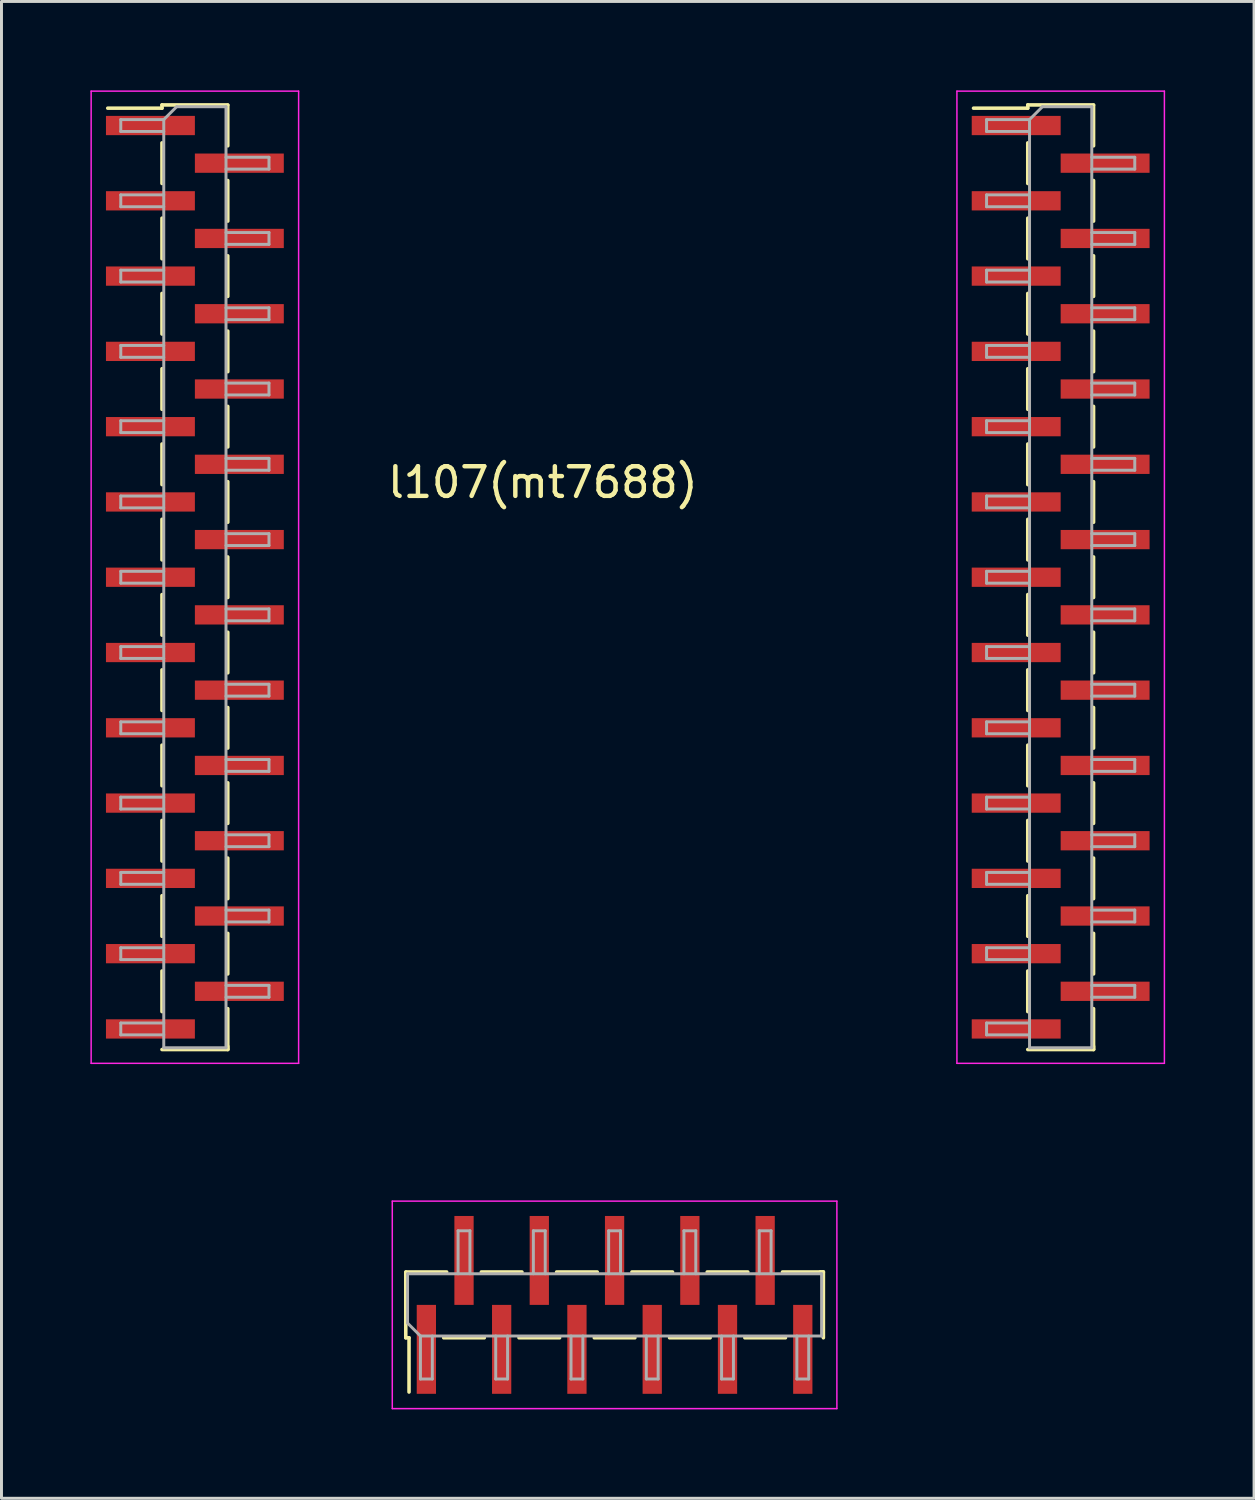
<source format=kicad_pcb>
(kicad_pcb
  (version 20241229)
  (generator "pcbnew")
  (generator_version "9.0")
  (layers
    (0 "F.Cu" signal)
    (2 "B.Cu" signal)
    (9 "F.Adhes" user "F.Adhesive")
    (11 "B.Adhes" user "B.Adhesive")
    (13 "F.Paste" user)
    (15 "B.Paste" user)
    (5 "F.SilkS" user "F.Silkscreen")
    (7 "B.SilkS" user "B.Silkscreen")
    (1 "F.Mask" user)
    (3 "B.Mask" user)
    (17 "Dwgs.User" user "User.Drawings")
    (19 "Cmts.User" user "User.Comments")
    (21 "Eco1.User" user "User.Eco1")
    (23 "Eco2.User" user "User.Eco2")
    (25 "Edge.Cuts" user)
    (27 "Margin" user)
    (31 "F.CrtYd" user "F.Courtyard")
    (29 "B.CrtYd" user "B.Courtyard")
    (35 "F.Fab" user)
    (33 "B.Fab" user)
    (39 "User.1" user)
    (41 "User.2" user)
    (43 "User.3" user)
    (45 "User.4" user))
  (footprint "l107(mt7688)"
    (layer "F.Cu")
    (at 15.265 12.725)
    (property "Reference" "l107(mt7688)" (at 0 0.5 0) (layer "F.SilkS") (effects (font (size 1 1) (thickness 0.15))))
    (attr through_hole)
    (fp_line (start -12.85 -12.235) (end -12.85 -12.125) (stroke (width 0.12) (type solid)) (layer "F.SilkS"))
    (fp_line (start -12.85 -12.235) (end -10.63 -12.235) (stroke (width 0.12) (type solid)) (layer "F.SilkS"))
    (fp_line (start -12.85 -12.125) (end -14.68 -12.125) (stroke (width 0.12) (type solid)) (layer "F.SilkS"))
    (fp_line (start -12.85 -10.955) (end -12.85 -9.585) (stroke (width 0.12) (type solid)) (layer "F.SilkS"))
    (fp_line (start -12.85 -8.415) (end -12.85 -7.045) (stroke (width 0.12) (type solid)) (layer "F.SilkS"))
    (fp_line (start -12.85 -5.875) (end -12.85 -4.505) (stroke (width 0.12) (type solid)) (layer "F.SilkS"))
    (fp_line (start -12.85 -3.335) (end -12.85 -1.965) (stroke (width 0.12) (type solid)) (layer "F.SilkS"))
    (fp_line (start -12.85 -0.795) (end -12.85 0.575) (stroke (width 0.12) (type solid)) (layer "F.SilkS"))
    (fp_line (start -12.85 1.745) (end -12.85 3.115) (stroke (width 0.12) (type solid)) (layer "F.SilkS"))
    (fp_line (start -12.85 4.285) (end -12.85 5.655) (stroke (width 0.12) (type solid)) (layer "F.SilkS"))
    (fp_line (start -12.85 6.825) (end -12.85 8.195) (stroke (width 0.12) (type solid)) (layer "F.SilkS"))
    (fp_line (start -12.85 9.365) (end -12.85 10.735) (stroke (width 0.12) (type solid)) (layer "F.SilkS"))
    (fp_line (start -12.85 11.905) (end -12.85 13.275) (stroke (width 0.12) (type solid)) (layer "F.SilkS"))
    (fp_line (start -12.85 14.445) (end -12.85 15.815) (stroke (width 0.12) (type solid)) (layer "F.SilkS"))
    (fp_line (start -12.85 16.985) (end -12.85 18.355) (stroke (width 0.12) (type solid)) (layer "F.SilkS"))
    (fp_line (start -12.85 19.635) (end -10.63 19.635) (stroke (width 0.12) (type solid)) (layer "F.SilkS"))
    (fp_line (start -10.63 -12.225) (end -10.63 -10.855) (stroke (width 0.12) (type solid)) (layer "F.SilkS"))
    (fp_line (start -10.63 -9.685) (end -10.63 -8.315) (stroke (width 0.12) (type solid)) (layer "F.SilkS"))
    (fp_line (start -10.63 -7.145) (end -10.63 -5.775) (stroke (width 0.12) (type solid)) (layer "F.SilkS"))
    (fp_line (start -10.63 -4.605) (end -10.63 -3.235) (stroke (width 0.12) (type solid)) (layer "F.SilkS"))
    (fp_line (start -10.63 -2.065) (end -10.63 -0.695) (stroke (width 0.12) (type solid)) (layer "F.SilkS"))
    (fp_line (start -10.63 0.475) (end -10.63 1.845) (stroke (width 0.12) (type solid)) (layer "F.SilkS"))
    (fp_line (start -10.63 3.015) (end -10.63 4.385) (stroke (width 0.12) (type solid)) (layer "F.SilkS"))
    (fp_line (start -10.63 5.555) (end -10.63 6.925) (stroke (width 0.12) (type solid)) (layer "F.SilkS"))
    (fp_line (start -10.63 8.095) (end -10.63 9.465) (stroke (width 0.12) (type solid)) (layer "F.SilkS"))
    (fp_line (start -10.63 10.635) (end -10.63 12.005) (stroke (width 0.12) (type solid)) (layer "F.SilkS"))
    (fp_line (start -10.63 13.175) (end -10.63 14.545) (stroke (width 0.12) (type solid)) (layer "F.SilkS"))
    (fp_line (start -10.63 15.715) (end -10.63 17.085) (stroke (width 0.12) (type solid)) (layer "F.SilkS"))
    (fp_line (start -10.63 18.255) (end -10.63 19.625) (stroke (width 0.12) (type solid)) (layer "F.SilkS"))
    (fp_line (start -10.63 19.525) (end -10.63 19.635) (stroke (width 0.12) (type solid)) (layer "F.SilkS"))
    (fp_line (start -4.625 29.36) (end -4.625 27.14) (stroke (width 0.12) (type solid)) (layer "F.SilkS"))
    (fp_line (start -4.625 29.36) (end -4.515 29.36) (stroke (width 0.12) (type solid)) (layer "F.SilkS"))
    (fp_line (start -4.615 27.14) (end -3.245 27.14) (stroke (width 0.12) (type solid)) (layer "F.SilkS"))
    (fp_line (start -4.515 29.36) (end -4.515 31.19) (stroke (width 0.12) (type solid)) (layer "F.SilkS"))
    (fp_line (start -3.345 29.36) (end -1.975 29.36) (stroke (width 0.12) (type solid)) (layer "F.SilkS"))
    (fp_line (start -2.075 27.14) (end -0.705 27.14) (stroke (width 0.12) (type solid)) (layer "F.SilkS"))
    (fp_line (start -0.805 29.36) (end 0.565 29.36) (stroke (width 0.12) (type solid)) (layer "F.SilkS"))
    (fp_line (start 0.465 27.14) (end 1.835 27.14) (stroke (width 0.12) (type solid)) (layer "F.SilkS"))
    (fp_line (start 1.735 29.36) (end 3.105 29.36) (stroke (width 0.12) (type solid)) (layer "F.SilkS"))
    (fp_line (start 3.005 27.14) (end 4.375 27.14) (stroke (width 0.12) (type solid)) (layer "F.SilkS"))
    (fp_line (start 4.275 29.36) (end 5.645 29.36) (stroke (width 0.12) (type solid)) (layer "F.SilkS"))
    (fp_line (start 5.545 27.14) (end 6.915 27.14) (stroke (width 0.12) (type solid)) (layer "F.SilkS"))
    (fp_line (start 6.815 29.36) (end 8.185 29.36) (stroke (width 0.12) (type solid)) (layer "F.SilkS"))
    (fp_line (start 8.085 27.14) (end 9.455 27.14) (stroke (width 0.12) (type solid)) (layer "F.SilkS"))
    (fp_line (start 9.355 27.14) (end 9.465 27.14) (stroke (width 0.12) (type solid)) (layer "F.SilkS"))
    (fp_line (start 9.465 29.36) (end 9.465 27.14) (stroke (width 0.12) (type solid)) (layer "F.SilkS"))
    (fp_line (start 16.36 -12.235) (end 16.36 -12.125) (stroke (width 0.12) (type solid)) (layer "F.SilkS"))
    (fp_line (start 16.36 -12.235) (end 18.58 -12.235) (stroke (width 0.12) (type solid)) (layer "F.SilkS"))
    (fp_line (start 16.36 -12.125) (end 14.53 -12.125) (stroke (width 0.12) (type solid)) (layer "F.SilkS"))
    (fp_line (start 16.36 -10.955) (end 16.36 -9.585) (stroke (width 0.12) (type solid)) (layer "F.SilkS"))
    (fp_line (start 16.36 -8.415) (end 16.36 -7.045) (stroke (width 0.12) (type solid)) (layer "F.SilkS"))
    (fp_line (start 16.36 -5.875) (end 16.36 -4.505) (stroke (width 0.12) (type solid)) (layer "F.SilkS"))
    (fp_line (start 16.36 -3.335) (end 16.36 -1.965) (stroke (width 0.12) (type solid)) (layer "F.SilkS"))
    (fp_line (start 16.36 -0.795) (end 16.36 0.575) (stroke (width 0.12) (type solid)) (layer "F.SilkS"))
    (fp_line (start 16.36 1.745) (end 16.36 3.115) (stroke (width 0.12) (type solid)) (layer "F.SilkS"))
    (fp_line (start 16.36 4.285) (end 16.36 5.655) (stroke (width 0.12) (type solid)) (layer "F.SilkS"))
    (fp_line (start 16.36 6.825) (end 16.36 8.195) (stroke (width 0.12) (type solid)) (layer "F.SilkS"))
    (fp_line (start 16.36 9.365) (end 16.36 10.735) (stroke (width 0.12) (type solid)) (layer "F.SilkS"))
    (fp_line (start 16.36 11.905) (end 16.36 13.275) (stroke (width 0.12) (type solid)) (layer "F.SilkS"))
    (fp_line (start 16.36 14.445) (end 16.36 15.815) (stroke (width 0.12) (type solid)) (layer "F.SilkS"))
    (fp_line (start 16.36 16.985) (end 16.36 18.355) (stroke (width 0.12) (type solid)) (layer "F.SilkS"))
    (fp_line (start 16.36 19.635) (end 18.58 19.635) (stroke (width 0.12) (type solid)) (layer "F.SilkS"))
    (fp_line (start 18.58 -12.225) (end 18.58 -10.855) (stroke (width 0.12) (type solid)) (layer "F.SilkS"))
    (fp_line (start 18.58 -9.685) (end 18.58 -8.315) (stroke (width 0.12) (type solid)) (layer "F.SilkS"))
    (fp_line (start 18.58 -7.145) (end 18.58 -5.775) (stroke (width 0.12) (type solid)) (layer "F.SilkS"))
    (fp_line (start 18.58 -4.605) (end 18.58 -3.235) (stroke (width 0.12) (type solid)) (layer "F.SilkS"))
    (fp_line (start 18.58 -2.065) (end 18.58 -0.695) (stroke (width 0.12) (type solid)) (layer "F.SilkS"))
    (fp_line (start 18.58 0.475) (end 18.58 1.845) (stroke (width 0.12) (type solid)) (layer "F.SilkS"))
    (fp_line (start 18.58 3.015) (end 18.58 4.385) (stroke (width 0.12) (type solid)) (layer "F.SilkS"))
    (fp_line (start 18.58 5.555) (end 18.58 6.925) (stroke (width 0.12) (type solid)) (layer "F.SilkS"))
    (fp_line (start 18.58 8.095) (end 18.58 9.465) (stroke (width 0.12) (type solid)) (layer "F.SilkS"))
    (fp_line (start 18.58 10.635) (end 18.58 12.005) (stroke (width 0.12) (type solid)) (layer "F.SilkS"))
    (fp_line (start 18.58 13.175) (end 18.58 14.545) (stroke (width 0.12) (type solid)) (layer "F.SilkS"))
    (fp_line (start 18.58 15.715) (end 18.58 17.085) (stroke (width 0.12) (type solid)) (layer "F.SilkS"))
    (fp_line (start 18.58 18.255) (end 18.58 19.625) (stroke (width 0.12) (type solid)) (layer "F.SilkS"))
    (fp_line (start 18.58 19.525) (end 18.58 19.635) (stroke (width 0.12) (type solid)) (layer "F.SilkS"))
    (fp_line (start -15.24 -12.7) (end -15.24 20.1) (stroke (width 0.05) (type solid)) (layer "F.CrtYd"))
    (fp_line (start -15.24 20.1) (end -8.24 20.1) (stroke (width 0.05) (type solid)) (layer "F.CrtYd"))
    (fp_line (start -8.24 -12.7) (end -15.24 -12.7) (stroke (width 0.05) (type solid)) (layer "F.CrtYd"))
    (fp_line (start -8.24 20.1) (end -8.24 -12.7) (stroke (width 0.05) (type solid)) (layer "F.CrtYd"))
    (fp_line (start -5.08 24.75) (end -5.08 31.75) (stroke (width 0.05) (type solid)) (layer "F.CrtYd"))
    (fp_line (start -5.08 31.75) (end 9.92 31.75) (stroke (width 0.05) (type solid)) (layer "F.CrtYd"))
    (fp_line (start 9.92 24.75) (end -5.08 24.75) (stroke (width 0.05) (type solid)) (layer "F.CrtYd"))
    (fp_line (start 9.92 31.75) (end 9.92 24.75) (stroke (width 0.05) (type solid)) (layer "F.CrtYd"))
    (fp_line (start 13.97 -12.7) (end 13.97 20.1) (stroke (width 0.05) (type solid)) (layer "F.CrtYd"))
    (fp_line (start 13.97 20.1) (end 20.97 20.1) (stroke (width 0.05) (type solid)) (layer "F.CrtYd"))
    (fp_line (start 20.97 -12.7) (end 13.97 -12.7) (stroke (width 0.05) (type solid)) (layer "F.CrtYd"))
    (fp_line (start 20.97 20.1) (end 20.97 -12.7) (stroke (width 0.05) (type solid)) (layer "F.CrtYd"))
    (fp_line (start -14.24 -11.74) (end -14.24 -11.34) (stroke (width 0.1) (type solid)) (layer "F.Fab"))
    (fp_line (start -14.24 -11.34) (end -12.79 -11.34) (stroke (width 0.1) (type solid)) (layer "F.Fab"))
    (fp_line (start -14.24 -9.2) (end -14.24 -8.8) (stroke (width 0.1) (type solid)) (layer "F.Fab"))
    (fp_line (start -14.24 -8.8) (end -12.79 -8.8) (stroke (width 0.1) (type solid)) (layer "F.Fab"))
    (fp_line (start -14.24 -6.66) (end -14.24 -6.26) (stroke (width 0.1) (type solid)) (layer "F.Fab"))
    (fp_line (start -14.24 -6.26) (end -12.79 -6.26) (stroke (width 0.1) (type solid)) (layer "F.Fab"))
    (fp_line (start -14.24 -4.12) (end -14.24 -3.72) (stroke (width 0.1) (type solid)) (layer "F.Fab"))
    (fp_line (start -14.24 -3.72) (end -12.79 -3.72) (stroke (width 0.1) (type solid)) (layer "F.Fab"))
    (fp_line (start -14.24 -1.58) (end -14.24 -1.18) (stroke (width 0.1) (type solid)) (layer "F.Fab"))
    (fp_line (start -14.24 -1.18) (end -12.79 -1.18) (stroke (width 0.1) (type solid)) (layer "F.Fab"))
    (fp_line (start -14.24 0.96) (end -14.24 1.36) (stroke (width 0.1) (type solid)) (layer "F.Fab"))
    (fp_line (start -14.24 1.36) (end -12.79 1.36) (stroke (width 0.1) (type solid)) (layer "F.Fab"))
    (fp_line (start -14.24 3.5) (end -14.24 3.9) (stroke (width 0.1) (type solid)) (layer "F.Fab"))
    (fp_line (start -14.24 3.9) (end -12.79 3.9) (stroke (width 0.1) (type solid)) (layer "F.Fab"))
    (fp_line (start -14.24 6.04) (end -14.24 6.44) (stroke (width 0.1) (type solid)) (layer "F.Fab"))
    (fp_line (start -14.24 6.44) (end -12.79 6.44) (stroke (width 0.1) (type solid)) (layer "F.Fab"))
    (fp_line (start -14.24 8.58) (end -14.24 8.98) (stroke (width 0.1) (type solid)) (layer "F.Fab"))
    (fp_line (start -14.24 8.98) (end -12.79 8.98) (stroke (width 0.1) (type solid)) (layer "F.Fab"))
    (fp_line (start -14.24 11.12) (end -14.24 11.52) (stroke (width 0.1) (type solid)) (layer "F.Fab"))
    (fp_line (start -14.24 11.52) (end -12.79 11.52) (stroke (width 0.1) (type solid)) (layer "F.Fab"))
    (fp_line (start -14.24 13.66) (end -14.24 14.06) (stroke (width 0.1) (type solid)) (layer "F.Fab"))
    (fp_line (start -14.24 14.06) (end -12.79 14.06) (stroke (width 0.1) (type solid)) (layer "F.Fab"))
    (fp_line (start -14.24 16.2) (end -14.24 16.6) (stroke (width 0.1) (type solid)) (layer "F.Fab"))
    (fp_line (start -14.24 16.6) (end -12.79 16.6) (stroke (width 0.1) (type solid)) (layer "F.Fab"))
    (fp_line (start -14.24 18.74) (end -14.24 19.14) (stroke (width 0.1) (type solid)) (layer "F.Fab"))
    (fp_line (start -14.24 19.14) (end -12.79 19.14) (stroke (width 0.1) (type solid)) (layer "F.Fab"))
    (fp_line (start -12.79 -11.74) (end -14.24 -11.74) (stroke (width 0.1) (type solid)) (layer "F.Fab"))
    (fp_line (start -12.79 -11.74) (end -12.355 -12.175) (stroke (width 0.1) (type solid)) (layer "F.Fab"))
    (fp_line (start -12.79 -9.2) (end -14.24 -9.2) (stroke (width 0.1) (type solid)) (layer "F.Fab"))
    (fp_line (start -12.79 -6.66) (end -14.24 -6.66) (stroke (width 0.1) (type solid)) (layer "F.Fab"))
    (fp_line (start -12.79 -4.12) (end -14.24 -4.12) (stroke (width 0.1) (type solid)) (layer "F.Fab"))
    (fp_line (start -12.79 -1.58) (end -14.24 -1.58) (stroke (width 0.1) (type solid)) (layer "F.Fab"))
    (fp_line (start -12.79 0.96) (end -14.24 0.96) (stroke (width 0.1) (type solid)) (layer "F.Fab"))
    (fp_line (start -12.79 3.5) (end -14.24 3.5) (stroke (width 0.1) (type solid)) (layer "F.Fab"))
    (fp_line (start -12.79 6.04) (end -14.24 6.04) (stroke (width 0.1) (type solid)) (layer "F.Fab"))
    (fp_line (start -12.79 8.58) (end -14.24 8.58) (stroke (width 0.1) (type solid)) (layer "F.Fab"))
    (fp_line (start -12.79 11.12) (end -14.24 11.12) (stroke (width 0.1) (type solid)) (layer "F.Fab"))
    (fp_line (start -12.79 13.66) (end -14.24 13.66) (stroke (width 0.1) (type solid)) (layer "F.Fab"))
    (fp_line (start -12.79 16.2) (end -14.24 16.2) (stroke (width 0.1) (type solid)) (layer "F.Fab"))
    (fp_line (start -12.79 18.74) (end -14.24 18.74) (stroke (width 0.1) (type solid)) (layer "F.Fab"))
    (fp_line (start -12.79 19.575) (end -12.79 -11.74) (stroke (width 0.1) (type solid)) (layer "F.Fab"))
    (fp_line (start -12.355 -12.175) (end -10.69 -12.175) (stroke (width 0.1) (type solid)) (layer "F.Fab"))
    (fp_line (start -10.69 -12.175) (end -10.69 19.575) (stroke (width 0.1) (type solid)) (layer "F.Fab"))
    (fp_line (start -10.69 -10.47) (end -9.24 -10.47) (stroke (width 0.1) (type solid)) (layer "F.Fab"))
    (fp_line (start -10.69 -7.93) (end -9.24 -7.93) (stroke (width 0.1) (type solid)) (layer "F.Fab"))
    (fp_line (start -10.69 -5.39) (end -9.24 -5.39) (stroke (width 0.1) (type solid)) (layer "F.Fab"))
    (fp_line (start -10.69 -2.85) (end -9.24 -2.85) (stroke (width 0.1) (type solid)) (layer "F.Fab"))
    (fp_line (start -10.69 -0.31) (end -9.24 -0.31) (stroke (width 0.1) (type solid)) (layer "F.Fab"))
    (fp_line (start -10.69 2.23) (end -9.24 2.23) (stroke (width 0.1) (type solid)) (layer "F.Fab"))
    (fp_line (start -10.69 4.77) (end -9.24 4.77) (stroke (width 0.1) (type solid)) (layer "F.Fab"))
    (fp_line (start -10.69 7.31) (end -9.24 7.31) (stroke (width 0.1) (type solid)) (layer "F.Fab"))
    (fp_line (start -10.69 9.85) (end -9.24 9.85) (stroke (width 0.1) (type solid)) (layer "F.Fab"))
    (fp_line (start -10.69 12.39) (end -9.24 12.39) (stroke (width 0.1) (type solid)) (layer "F.Fab"))
    (fp_line (start -10.69 14.93) (end -9.24 14.93) (stroke (width 0.1) (type solid)) (layer "F.Fab"))
    (fp_line (start -10.69 17.47) (end -9.24 17.47) (stroke (width 0.1) (type solid)) (layer "F.Fab"))
    (fp_line (start -10.69 19.575) (end -12.79 19.575) (stroke (width 0.1) (type solid)) (layer "F.Fab"))
    (fp_line (start -9.24 -10.47) (end -9.24 -10.07) (stroke (width 0.1) (type solid)) (layer "F.Fab"))
    (fp_line (start -9.24 -10.07) (end -10.69 -10.07) (stroke (width 0.1) (type solid)) (layer "F.Fab"))
    (fp_line (start -9.24 -7.93) (end -9.24 -7.53) (stroke (width 0.1) (type solid)) (layer "F.Fab"))
    (fp_line (start -9.24 -7.53) (end -10.69 -7.53) (stroke (width 0.1) (type solid)) (layer "F.Fab"))
    (fp_line (start -9.24 -5.39) (end -9.24 -4.99) (stroke (width 0.1) (type solid)) (layer "F.Fab"))
    (fp_line (start -9.24 -4.99) (end -10.69 -4.99) (stroke (width 0.1) (type solid)) (layer "F.Fab"))
    (fp_line (start -9.24 -2.85) (end -9.24 -2.45) (stroke (width 0.1) (type solid)) (layer "F.Fab"))
    (fp_line (start -9.24 -2.45) (end -10.69 -2.45) (stroke (width 0.1) (type solid)) (layer "F.Fab"))
    (fp_line (start -9.24 -0.31) (end -9.24 0.09) (stroke (width 0.1) (type solid)) (layer "F.Fab"))
    (fp_line (start -9.24 0.09) (end -10.69 0.09) (stroke (width 0.1) (type solid)) (layer "F.Fab"))
    (fp_line (start -9.24 2.23) (end -9.24 2.63) (stroke (width 0.1) (type solid)) (layer "F.Fab"))
    (fp_line (start -9.24 2.63) (end -10.69 2.63) (stroke (width 0.1) (type solid)) (layer "F.Fab"))
    (fp_line (start -9.24 4.77) (end -9.24 5.17) (stroke (width 0.1) (type solid)) (layer "F.Fab"))
    (fp_line (start -9.24 5.17) (end -10.69 5.17) (stroke (width 0.1) (type solid)) (layer "F.Fab"))
    (fp_line (start -9.24 7.31) (end -9.24 7.71) (stroke (width 0.1) (type solid)) (layer "F.Fab"))
    (fp_line (start -9.24 7.71) (end -10.69 7.71) (stroke (width 0.1) (type solid)) (layer "F.Fab"))
    (fp_line (start -9.24 9.85) (end -9.24 10.25) (stroke (width 0.1) (type solid)) (layer "F.Fab"))
    (fp_line (start -9.24 10.25) (end -10.69 10.25) (stroke (width 0.1) (type solid)) (layer "F.Fab"))
    (fp_line (start -9.24 12.39) (end -9.24 12.79) (stroke (width 0.1) (type solid)) (layer "F.Fab"))
    (fp_line (start -9.24 12.79) (end -10.69 12.79) (stroke (width 0.1) (type solid)) (layer "F.Fab"))
    (fp_line (start -9.24 14.93) (end -9.24 15.33) (stroke (width 0.1) (type solid)) (layer "F.Fab"))
    (fp_line (start -9.24 15.33) (end -10.69 15.33) (stroke (width 0.1) (type solid)) (layer "F.Fab"))
    (fp_line (start -9.24 17.47) (end -9.24 17.87) (stroke (width 0.1) (type solid)) (layer "F.Fab"))
    (fp_line (start -9.24 17.87) (end -10.69 17.87) (stroke (width 0.1) (type solid)) (layer "F.Fab"))
    (fp_line (start -4.565 27.2) (end 9.405 27.2) (stroke (width 0.1) (type solid)) (layer "F.Fab"))
    (fp_line (start -4.565 28.865) (end -4.565 27.2) (stroke (width 0.1) (type solid)) (layer "F.Fab"))
    (fp_line (start -4.13 29.3) (end -4.565 28.865) (stroke (width 0.1) (type solid)) (layer "F.Fab"))
    (fp_line (start -4.13 29.3) (end -4.13 30.75) (stroke (width 0.1) (type solid)) (layer "F.Fab"))
    (fp_line (start -4.13 30.75) (end -3.73 30.75) (stroke (width 0.1) (type solid)) (layer "F.Fab"))
    (fp_line (start -3.73 30.75) (end -3.73 29.3) (stroke (width 0.1) (type solid)) (layer "F.Fab"))
    (fp_line (start -2.86 25.75) (end -2.46 25.75) (stroke (width 0.1) (type solid)) (layer "F.Fab"))
    (fp_line (start -2.86 27.2) (end -2.86 25.75) (stroke (width 0.1) (type solid)) (layer "F.Fab"))
    (fp_line (start -2.46 25.75) (end -2.46 27.2) (stroke (width 0.1) (type solid)) (layer "F.Fab"))
    (fp_line (start -1.59 29.3) (end -1.59 30.75) (stroke (width 0.1) (type solid)) (layer "F.Fab"))
    (fp_line (start -1.59 30.75) (end -1.19 30.75) (stroke (width 0.1) (type solid)) (layer "F.Fab"))
    (fp_line (start -1.19 30.75) (end -1.19 29.3) (stroke (width 0.1) (type solid)) (layer "F.Fab"))
    (fp_line (start -0.32 25.75) (end 0.08 25.75) (stroke (width 0.1) (type solid)) (layer "F.Fab"))
    (fp_line (start -0.32 27.2) (end -0.32 25.75) (stroke (width 0.1) (type solid)) (layer "F.Fab"))
    (fp_line (start 0.08 25.75) (end 0.08 27.2) (stroke (width 0.1) (type solid)) (layer "F.Fab"))
    (fp_line (start 0.95 29.3) (end 0.95 30.75) (stroke (width 0.1) (type solid)) (layer "F.Fab"))
    (fp_line (start 0.95 30.75) (end 1.35 30.75) (stroke (width 0.1) (type solid)) (layer "F.Fab"))
    (fp_line (start 1.35 30.75) (end 1.35 29.3) (stroke (width 0.1) (type solid)) (layer "F.Fab"))
    (fp_line (start 2.22 25.75) (end 2.62 25.75) (stroke (width 0.1) (type solid)) (layer "F.Fab"))
    (fp_line (start 2.22 27.2) (end 2.22 25.75) (stroke (width 0.1) (type solid)) (layer "F.Fab"))
    (fp_line (start 2.62 25.75) (end 2.62 27.2) (stroke (width 0.1) (type solid)) (layer "F.Fab"))
    (fp_line (start 3.49 29.3) (end 3.49 30.75) (stroke (width 0.1) (type solid)) (layer "F.Fab"))
    (fp_line (start 3.49 30.75) (end 3.89 30.75) (stroke (width 0.1) (type solid)) (layer "F.Fab"))
    (fp_line (start 3.89 30.75) (end 3.89 29.3) (stroke (width 0.1) (type solid)) (layer "F.Fab"))
    (fp_line (start 4.76 25.75) (end 5.16 25.75) (stroke (width 0.1) (type solid)) (layer "F.Fab"))
    (fp_line (start 4.76 27.2) (end 4.76 25.75) (stroke (width 0.1) (type solid)) (layer "F.Fab"))
    (fp_line (start 5.16 25.75) (end 5.16 27.2) (stroke (width 0.1) (type solid)) (layer "F.Fab"))
    (fp_line (start 6.03 29.3) (end 6.03 30.75) (stroke (width 0.1) (type solid)) (layer "F.Fab"))
    (fp_line (start 6.03 30.75) (end 6.43 30.75) (stroke (width 0.1) (type solid)) (layer "F.Fab"))
    (fp_line (start 6.43 30.75) (end 6.43 29.3) (stroke (width 0.1) (type solid)) (layer "F.Fab"))
    (fp_line (start 7.3 25.75) (end 7.7 25.75) (stroke (width 0.1) (type solid)) (layer "F.Fab"))
    (fp_line (start 7.3 27.2) (end 7.3 25.75) (stroke (width 0.1) (type solid)) (layer "F.Fab"))
    (fp_line (start 7.7 25.75) (end 7.7 27.2) (stroke (width 0.1) (type solid)) (layer "F.Fab"))
    (fp_line (start 8.57 29.3) (end 8.57 30.75) (stroke (width 0.1) (type solid)) (layer "F.Fab"))
    (fp_line (start 8.57 30.75) (end 8.97 30.75) (stroke (width 0.1) (type solid)) (layer "F.Fab"))
    (fp_line (start 8.97 30.75) (end 8.97 29.3) (stroke (width 0.1) (type solid)) (layer "F.Fab"))
    (fp_line (start 9.405 27.2) (end 9.405 29.3) (stroke (width 0.1) (type solid)) (layer "F.Fab"))
    (fp_line (start 9.405 29.3) (end -4.13 29.3) (stroke (width 0.1) (type solid)) (layer "F.Fab"))
    (fp_line (start 14.97 -11.74) (end 14.97 -11.34) (stroke (width 0.1) (type solid)) (layer "F.Fab"))
    (fp_line (start 14.97 -11.34) (end 16.42 -11.34) (stroke (width 0.1) (type solid)) (layer "F.Fab"))
    (fp_line (start 14.97 -9.2) (end 14.97 -8.8) (stroke (width 0.1) (type solid)) (layer "F.Fab"))
    (fp_line (start 14.97 -8.8) (end 16.42 -8.8) (stroke (width 0.1) (type solid)) (layer "F.Fab"))
    (fp_line (start 14.97 -6.66) (end 14.97 -6.26) (stroke (width 0.1) (type solid)) (layer "F.Fab"))
    (fp_line (start 14.97 -6.26) (end 16.42 -6.26) (stroke (width 0.1) (type solid)) (layer "F.Fab"))
    (fp_line (start 14.97 -4.12) (end 14.97 -3.72) (stroke (width 0.1) (type solid)) (layer "F.Fab"))
    (fp_line (start 14.97 -3.72) (end 16.42 -3.72) (stroke (width 0.1) (type solid)) (layer "F.Fab"))
    (fp_line (start 14.97 -1.58) (end 14.97 -1.18) (stroke (width 0.1) (type solid)) (layer "F.Fab"))
    (fp_line (start 14.97 -1.18) (end 16.42 -1.18) (stroke (width 0.1) (type solid)) (layer "F.Fab"))
    (fp_line (start 14.97 0.96) (end 14.97 1.36) (stroke (width 0.1) (type solid)) (layer "F.Fab"))
    (fp_line (start 14.97 1.36) (end 16.42 1.36) (stroke (width 0.1) (type solid)) (layer "F.Fab"))
    (fp_line (start 14.97 3.5) (end 14.97 3.9) (stroke (width 0.1) (type solid)) (layer "F.Fab"))
    (fp_line (start 14.97 3.9) (end 16.42 3.9) (stroke (width 0.1) (type solid)) (layer "F.Fab"))
    (fp_line (start 14.97 6.04) (end 14.97 6.44) (stroke (width 0.1) (type solid)) (layer "F.Fab"))
    (fp_line (start 14.97 6.44) (end 16.42 6.44) (stroke (width 0.1) (type solid)) (layer "F.Fab"))
    (fp_line (start 14.97 8.58) (end 14.97 8.98) (stroke (width 0.1) (type solid)) (layer "F.Fab"))
    (fp_line (start 14.97 8.98) (end 16.42 8.98) (stroke (width 0.1) (type solid)) (layer "F.Fab"))
    (fp_line (start 14.97 11.12) (end 14.97 11.52) (stroke (width 0.1) (type solid)) (layer "F.Fab"))
    (fp_line (start 14.97 11.52) (end 16.42 11.52) (stroke (width 0.1) (type solid)) (layer "F.Fab"))
    (fp_line (start 14.97 13.66) (end 14.97 14.06) (stroke (width 0.1) (type solid)) (layer "F.Fab"))
    (fp_line (start 14.97 14.06) (end 16.42 14.06) (stroke (width 0.1) (type solid)) (layer "F.Fab"))
    (fp_line (start 14.97 16.2) (end 14.97 16.6) (stroke (width 0.1) (type solid)) (layer "F.Fab"))
    (fp_line (start 14.97 16.6) (end 16.42 16.6) (stroke (width 0.1) (type solid)) (layer "F.Fab"))
    (fp_line (start 14.97 18.74) (end 14.97 19.14) (stroke (width 0.1) (type solid)) (layer "F.Fab"))
    (fp_line (start 14.97 19.14) (end 16.42 19.14) (stroke (width 0.1) (type solid)) (layer "F.Fab"))
    (fp_line (start 16.42 -11.74) (end 14.97 -11.74) (stroke (width 0.1) (type solid)) (layer "F.Fab"))
    (fp_line (start 16.42 -11.74) (end 16.855 -12.175) (stroke (width 0.1) (type solid)) (layer "F.Fab"))
    (fp_line (start 16.42 -9.2) (end 14.97 -9.2) (stroke (width 0.1) (type solid)) (layer "F.Fab"))
    (fp_line (start 16.42 -6.66) (end 14.97 -6.66) (stroke (width 0.1) (type solid)) (layer "F.Fab"))
    (fp_line (start 16.42 -4.12) (end 14.97 -4.12) (stroke (width 0.1) (type solid)) (layer "F.Fab"))
    (fp_line (start 16.42 -1.58) (end 14.97 -1.58) (stroke (width 0.1) (type solid)) (layer "F.Fab"))
    (fp_line (start 16.42 0.96) (end 14.97 0.96) (stroke (width 0.1) (type solid)) (layer "F.Fab"))
    (fp_line (start 16.42 3.5) (end 14.97 3.5) (stroke (width 0.1) (type solid)) (layer "F.Fab"))
    (fp_line (start 16.42 6.04) (end 14.97 6.04) (stroke (width 0.1) (type solid)) (layer "F.Fab"))
    (fp_line (start 16.42 8.58) (end 14.97 8.58) (stroke (width 0.1) (type solid)) (layer "F.Fab"))
    (fp_line (start 16.42 11.12) (end 14.97 11.12) (stroke (width 0.1) (type solid)) (layer "F.Fab"))
    (fp_line (start 16.42 13.66) (end 14.97 13.66) (stroke (width 0.1) (type solid)) (layer "F.Fab"))
    (fp_line (start 16.42 16.2) (end 14.97 16.2) (stroke (width 0.1) (type solid)) (layer "F.Fab"))
    (fp_line (start 16.42 18.74) (end 14.97 18.74) (stroke (width 0.1) (type solid)) (layer "F.Fab"))
    (fp_line (start 16.42 19.575) (end 16.42 -11.74) (stroke (width 0.1) (type solid)) (layer "F.Fab"))
    (fp_line (start 16.855 -12.175) (end 18.52 -12.175) (stroke (width 0.1) (type solid)) (layer "F.Fab"))
    (fp_line (start 18.52 -12.175) (end 18.52 19.575) (stroke (width 0.1) (type solid)) (layer "F.Fab"))
    (fp_line (start 18.52 -10.47) (end 19.97 -10.47) (stroke (width 0.1) (type solid)) (layer "F.Fab"))
    (fp_line (start 18.52 -7.93) (end 19.97 -7.93) (stroke (width 0.1) (type solid)) (layer "F.Fab"))
    (fp_line (start 18.52 -5.39) (end 19.97 -5.39) (stroke (width 0.1) (type solid)) (layer "F.Fab"))
    (fp_line (start 18.52 -2.85) (end 19.97 -2.85) (stroke (width 0.1) (type solid)) (layer "F.Fab"))
    (fp_line (start 18.52 -0.31) (end 19.97 -0.31) (stroke (width 0.1) (type solid)) (layer "F.Fab"))
    (fp_line (start 18.52 2.23) (end 19.97 2.23) (stroke (width 0.1) (type solid)) (layer "F.Fab"))
    (fp_line (start 18.52 4.77) (end 19.97 4.77) (stroke (width 0.1) (type solid)) (layer "F.Fab"))
    (fp_line (start 18.52 7.31) (end 19.97 7.31) (stroke (width 0.1) (type solid)) (layer "F.Fab"))
    (fp_line (start 18.52 9.85) (end 19.97 9.85) (stroke (width 0.1) (type solid)) (layer "F.Fab"))
    (fp_line (start 18.52 12.39) (end 19.97 12.39) (stroke (width 0.1) (type solid)) (layer "F.Fab"))
    (fp_line (start 18.52 14.93) (end 19.97 14.93) (stroke (width 0.1) (type solid)) (layer "F.Fab"))
    (fp_line (start 18.52 17.47) (end 19.97 17.47) (stroke (width 0.1) (type solid)) (layer "F.Fab"))
    (fp_line (start 18.52 19.575) (end 16.42 19.575) (stroke (width 0.1) (type solid)) (layer "F.Fab"))
    (fp_line (start 19.97 -10.47) (end 19.97 -10.07) (stroke (width 0.1) (type solid)) (layer "F.Fab"))
    (fp_line (start 19.97 -10.07) (end 18.52 -10.07) (stroke (width 0.1) (type solid)) (layer "F.Fab"))
    (fp_line (start 19.97 -7.93) (end 19.97 -7.53) (stroke (width 0.1) (type solid)) (layer "F.Fab"))
    (fp_line (start 19.97 -7.53) (end 18.52 -7.53) (stroke (width 0.1) (type solid)) (layer "F.Fab"))
    (fp_line (start 19.97 -5.39) (end 19.97 -4.99) (stroke (width 0.1) (type solid)) (layer "F.Fab"))
    (fp_line (start 19.97 -4.99) (end 18.52 -4.99) (stroke (width 0.1) (type solid)) (layer "F.Fab"))
    (fp_line (start 19.97 -2.85) (end 19.97 -2.45) (stroke (width 0.1) (type solid)) (layer "F.Fab"))
    (fp_line (start 19.97 -2.45) (end 18.52 -2.45) (stroke (width 0.1) (type solid)) (layer "F.Fab"))
    (fp_line (start 19.97 -0.31) (end 19.97 0.09) (stroke (width 0.1) (type solid)) (layer "F.Fab"))
    (fp_line (start 19.97 0.09) (end 18.52 0.09) (stroke (width 0.1) (type solid)) (layer "F.Fab"))
    (fp_line (start 19.97 2.23) (end 19.97 2.63) (stroke (width 0.1) (type solid)) (layer "F.Fab"))
    (fp_line (start 19.97 2.63) (end 18.52 2.63) (stroke (width 0.1) (type solid)) (layer "F.Fab"))
    (fp_line (start 19.97 4.77) (end 19.97 5.17) (stroke (width 0.1) (type solid)) (layer "F.Fab"))
    (fp_line (start 19.97 5.17) (end 18.52 5.17) (stroke (width 0.1) (type solid)) (layer "F.Fab"))
    (fp_line (start 19.97 7.31) (end 19.97 7.71) (stroke (width 0.1) (type solid)) (layer "F.Fab"))
    (fp_line (start 19.97 7.71) (end 18.52 7.71) (stroke (width 0.1) (type solid)) (layer "F.Fab"))
    (fp_line (start 19.97 9.85) (end 19.97 10.25) (stroke (width 0.1) (type solid)) (layer "F.Fab"))
    (fp_line (start 19.97 10.25) (end 18.52 10.25) (stroke (width 0.1) (type solid)) (layer "F.Fab"))
    (fp_line (start 19.97 12.39) (end 19.97 12.79) (stroke (width 0.1) (type solid)) (layer "F.Fab"))
    (fp_line (start 19.97 12.79) (end 18.52 12.79) (stroke (width 0.1) (type solid)) (layer "F.Fab"))
    (fp_line (start 19.97 14.93) (end 19.97 15.33) (stroke (width 0.1) (type solid)) (layer "F.Fab"))
    (fp_line (start 19.97 15.33) (end 18.52 15.33) (stroke (width 0.1) (type solid)) (layer "F.Fab"))
    (fp_line (start 19.97 17.47) (end 19.97 17.87) (stroke (width 0.1) (type solid)) (layer "F.Fab"))
    (fp_line (start 19.97 17.87) (end 18.52 17.87) (stroke (width 0.1) (type solid)) (layer "F.Fab"))
    (pad "1" smd rect (at -13.24 -11.54) (size 3 0.65) (layers "F.Cu" "F.Mask" "F.Paste"))
    (pad "1" smd rect (at -3.93 29.75 90) (size 3 0.65) (layers "F.Cu" "F.Mask" "F.Paste"))
    (pad "1" smd rect (at 15.97 -11.54) (size 3 0.65) (layers "F.Cu" "F.Mask" "F.Paste"))
    (pad "2" smd rect (at -10.24 -10.27) (size 3 0.65) (layers "F.Cu" "F.Mask" "F.Paste"))
    (pad "2" smd rect (at -2.66 26.75 90) (size 3 0.65) (layers "F.Cu" "F.Mask" "F.Paste"))
    (pad "2" smd rect (at 18.97 -10.27) (size 3 0.65) (layers "F.Cu" "F.Mask" "F.Paste"))
    (pad "3" smd rect (at -13.24 -9) (size 3 0.65) (layers "F.Cu" "F.Mask" "F.Paste"))
    (pad "3" smd rect (at -1.39 29.75 90) (size 3 0.65) (layers "F.Cu" "F.Mask" "F.Paste"))
    (pad "3" smd rect (at 15.97 -9) (size 3 0.65) (layers "F.Cu" "F.Mask" "F.Paste"))
    (pad "4" smd rect (at -10.24 -7.73) (size 3 0.65) (layers "F.Cu" "F.Mask" "F.Paste"))
    (pad "4" smd rect (at -0.12 26.75 90) (size 3 0.65) (layers "F.Cu" "F.Mask" "F.Paste"))
    (pad "4" smd rect (at 18.97 -7.73) (size 3 0.65) (layers "F.Cu" "F.Mask" "F.Paste"))
    (pad "5" smd rect (at -13.24 -6.46) (size 3 0.65) (layers "F.Cu" "F.Mask" "F.Paste"))
    (pad "5" smd rect (at 1.15 29.75 90) (size 3 0.65) (layers "F.Cu" "F.Mask" "F.Paste"))
    (pad "5" smd rect (at 15.97 -6.46) (size 3 0.65) (layers "F.Cu" "F.Mask" "F.Paste"))
    (pad "6" smd rect (at -10.24 -5.19) (size 3 0.65) (layers "F.Cu" "F.Mask" "F.Paste"))
    (pad "6" smd rect (at 2.42 26.75 90) (size 3 0.65) (layers "F.Cu" "F.Mask" "F.Paste"))
    (pad "6" smd rect (at 18.97 -5.19) (size 3 0.65) (layers "F.Cu" "F.Mask" "F.Paste"))
    (pad "7" smd rect (at -13.24 -3.92) (size 3 0.65) (layers "F.Cu" "F.Mask" "F.Paste"))
    (pad "7" smd rect (at 3.69 29.75 90) (size 3 0.65) (layers "F.Cu" "F.Mask" "F.Paste"))
    (pad "7" smd rect (at 15.97 -3.92) (size 3 0.65) (layers "F.Cu" "F.Mask" "F.Paste"))
    (pad "8" smd rect (at -10.24 -2.65) (size 3 0.65) (layers "F.Cu" "F.Mask" "F.Paste"))
    (pad "8" smd rect (at 4.96 26.75 90) (size 3 0.65) (layers "F.Cu" "F.Mask" "F.Paste"))
    (pad "8" smd rect (at 18.97 -2.65) (size 3 0.65) (layers "F.Cu" "F.Mask" "F.Paste"))
    (pad "9" smd rect (at -13.24 -1.38) (size 3 0.65) (layers "F.Cu" "F.Mask" "F.Paste"))
    (pad "9" smd rect (at 6.23 29.75 90) (size 3 0.65) (layers "F.Cu" "F.Mask" "F.Paste"))
    (pad "9" smd rect (at 15.97 -1.38) (size 3 0.65) (layers "F.Cu" "F.Mask" "F.Paste"))
    (pad "10" smd rect (at -10.24 -0.11) (size 3 0.65) (layers "F.Cu" "F.Mask" "F.Paste"))
    (pad "10" smd rect (at 7.5 26.75 90) (size 3 0.65) (layers "F.Cu" "F.Mask" "F.Paste"))
    (pad "10" smd rect (at 18.97 -0.11) (size 3 0.65) (layers "F.Cu" "F.Mask" "F.Paste"))
    (pad "11" smd rect (at -13.24 1.16) (size 3 0.65) (layers "F.Cu" "F.Mask" "F.Paste"))
    (pad "11" smd rect (at 8.77 29.75 90) (size 3 0.65) (layers "F.Cu" "F.Mask" "F.Paste"))
    (pad "11" smd rect (at 15.97 1.16) (size 3 0.65) (layers "F.Cu" "F.Mask" "F.Paste"))
    (pad "12" smd rect (at -10.24 2.43) (size 3 0.65) (layers "F.Cu" "F.Mask" "F.Paste"))
    (pad "12" smd rect (at 18.97 2.43) (size 3 0.65) (layers "F.Cu" "F.Mask" "F.Paste"))
    (pad "13" smd rect (at -13.24 3.7) (size 3 0.65) (layers "F.Cu" "F.Mask" "F.Paste"))
    (pad "13" smd rect (at 15.97 3.7) (size 3 0.65) (layers "F.Cu" "F.Mask" "F.Paste"))
    (pad "14" smd rect (at -10.24 4.97) (size 3 0.65) (layers "F.Cu" "F.Mask" "F.Paste"))
    (pad "14" smd rect (at 18.97 4.97) (size 3 0.65) (layers "F.Cu" "F.Mask" "F.Paste"))
    (pad "15" smd rect (at -13.24 6.24) (size 3 0.65) (layers "F.Cu" "F.Mask" "F.Paste"))
    (pad "15" smd rect (at 15.97 6.24) (size 3 0.65) (layers "F.Cu" "F.Mask" "F.Paste"))
    (pad "16" smd rect (at -10.24 7.51) (size 3 0.65) (layers "F.Cu" "F.Mask" "F.Paste"))
    (pad "16" smd rect (at 18.97 7.51) (size 3 0.65) (layers "F.Cu" "F.Mask" "F.Paste"))
    (pad "17" smd rect (at -13.24 8.78) (size 3 0.65) (layers "F.Cu" "F.Mask" "F.Paste"))
    (pad "17" smd rect (at 15.97 8.78) (size 3 0.65) (layers "F.Cu" "F.Mask" "F.Paste"))
    (pad "18" smd rect (at -10.24 10.05) (size 3 0.65) (layers "F.Cu" "F.Mask" "F.Paste"))
    (pad "18" smd rect (at 18.97 10.05) (size 3 0.65) (layers "F.Cu" "F.Mask" "F.Paste"))
    (pad "19" smd rect (at -13.24 11.32) (size 3 0.65) (layers "F.Cu" "F.Mask" "F.Paste"))
    (pad "19" smd rect (at 15.97 11.32) (size 3 0.65) (layers "F.Cu" "F.Mask" "F.Paste"))
    (pad "20" smd rect (at -10.24 12.59) (size 3 0.65) (layers "F.Cu" "F.Mask" "F.Paste"))
    (pad "20" smd rect (at 18.97 12.59) (size 3 0.65) (layers "F.Cu" "F.Mask" "F.Paste"))
    (pad "21" smd rect (at -13.24 13.86) (size 3 0.65) (layers "F.Cu" "F.Mask" "F.Paste"))
    (pad "21" smd rect (at 15.97 13.86) (size 3 0.65) (layers "F.Cu" "F.Mask" "F.Paste"))
    (pad "22" smd rect (at -10.24 15.13) (size 3 0.65) (layers "F.Cu" "F.Mask" "F.Paste"))
    (pad "22" smd rect (at 18.97 15.13) (size 3 0.65) (layers "F.Cu" "F.Mask" "F.Paste"))
    (pad "23" smd rect (at -13.24 16.4) (size 3 0.65) (layers "F.Cu" "F.Mask" "F.Paste"))
    (pad "23" smd rect (at 15.97 16.4) (size 3 0.65) (layers "F.Cu" "F.Mask" "F.Paste"))
    (pad "24" smd rect (at -10.24 17.67) (size 3 0.65) (layers "F.Cu" "F.Mask" "F.Paste"))
    (pad "24" smd rect (at 18.97 17.67) (size 3 0.65) (layers "F.Cu" "F.Mask" "F.Paste"))
    (pad "25" smd rect (at -13.24 18.94) (size 3 0.65) (layers "F.Cu" "F.Mask" "F.Paste"))
    (pad "25" smd rect (at 15.97 18.94) (size 3 0.65) (layers "F.Cu" "F.Mask" "F.Paste")))
  (gr_rect
    (start -3 -3)
    (end 39.26 47.5)
    (stroke (width 0.1) (type default))
    (fill no)
    (layer "Edge.Cuts")))
</source>
